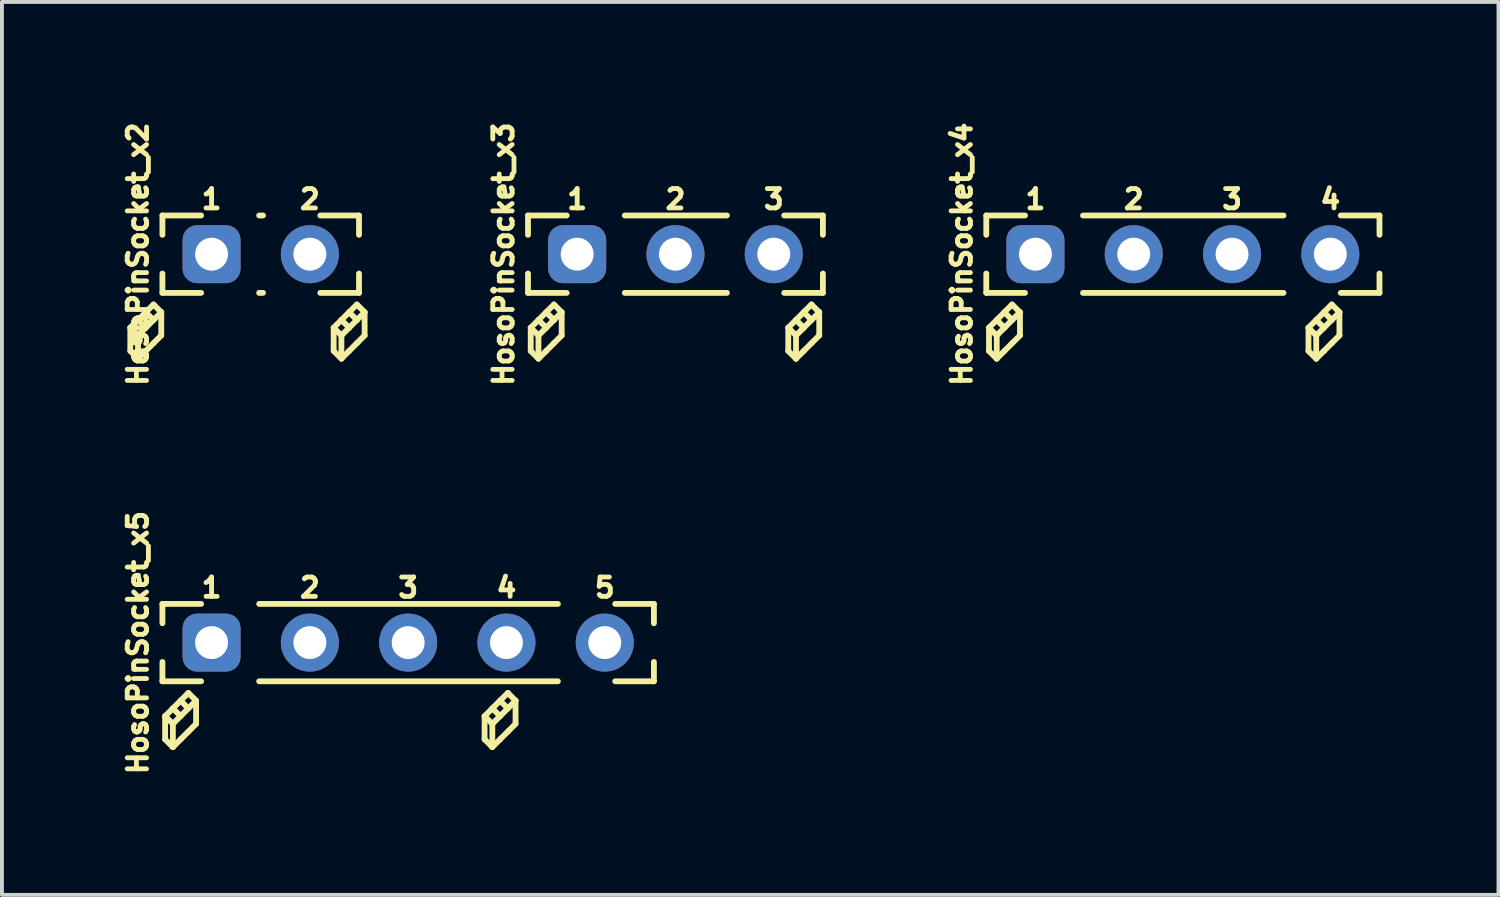
<source format=kicad_pcb>
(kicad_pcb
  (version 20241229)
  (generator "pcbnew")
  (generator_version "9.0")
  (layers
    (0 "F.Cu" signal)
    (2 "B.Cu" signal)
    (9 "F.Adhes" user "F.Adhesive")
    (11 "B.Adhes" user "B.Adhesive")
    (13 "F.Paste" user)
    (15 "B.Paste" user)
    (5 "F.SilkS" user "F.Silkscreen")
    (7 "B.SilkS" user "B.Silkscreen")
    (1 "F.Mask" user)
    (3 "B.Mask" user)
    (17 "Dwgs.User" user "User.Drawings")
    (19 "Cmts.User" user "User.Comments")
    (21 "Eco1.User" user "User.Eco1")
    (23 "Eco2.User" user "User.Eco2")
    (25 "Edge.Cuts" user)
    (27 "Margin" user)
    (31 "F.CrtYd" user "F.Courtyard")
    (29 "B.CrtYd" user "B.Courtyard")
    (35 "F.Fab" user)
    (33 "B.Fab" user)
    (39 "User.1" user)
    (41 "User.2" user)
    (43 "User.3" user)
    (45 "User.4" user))
  (footprint "HosoPinSocket_x4"
    (layer "F.Cu")
    (at 23.706 3.518)
    (property "Reference" "HosoPinSocket_x4" (at -1.905 0 90) (layer "F.SilkS") (effects (font (size 0.5 0.5) (thickness 0.125))))
    (attr through_hole)
    (fp_line (start -1.27 -1) (end -1.27 -0.5) (stroke (width 0.15) (type solid)) (layer "F.SilkS"))
    (fp_line (start -1.27 -1) (end -0.27 -1) (stroke (width 0.15) (type solid)) (layer "F.SilkS"))
    (fp_line (start -1.27 1) (end -1.27 0.5) (stroke (width 0.15) (type solid)) (layer "F.SilkS"))
    (fp_line (start -1.27 1) (end -0.27 1) (stroke (width 0.15) (type solid)) (layer "F.SilkS"))
    (fp_line (start -1.2 1.9) (end -1.2 2.5) (stroke (width 0.15) (type solid)) (layer "F.SilkS"))
    (fp_line (start -1.2 1.9) (end -1 1.7) (stroke (width 0.15) (type solid)) (layer "F.SilkS"))
    (fp_line (start -1.2 2.5) (end -1 2.7) (stroke (width 0.15) (type solid)) (layer "F.SilkS"))
    (fp_line (start -1 1.7) (end -0.8 1.5) (stroke (width 0.15) (type solid)) (layer "F.SilkS"))
    (fp_line (start -1 1.7) (end -0.8 1.9) (stroke (width 0.15) (type solid)) (layer "F.SilkS"))
    (fp_line (start -1 2.1) (end -1.2 1.9) (stroke (width 0.15) (type solid)) (layer "F.SilkS"))
    (fp_line (start -1 2.1) (end -1 2.7) (stroke (width 0.15) (type solid)) (layer "F.SilkS"))
    (fp_line (start -1 2.7) (end -0.8 2.5) (stroke (width 0.15) (type solid)) (layer "F.SilkS"))
    (fp_line (start -0.8 1.5) (end -0.6 1.3) (stroke (width 0.15) (type solid)) (layer "F.SilkS"))
    (fp_line (start -0.8 1.5) (end -0.6 1.7) (stroke (width 0.15) (type solid)) (layer "F.SilkS"))
    (fp_line (start -0.8 1.9) (end -1 2.1) (stroke (width 0.15) (type solid)) (layer "F.SilkS"))
    (fp_line (start -0.6 1.3) (end -0.4 1.5) (stroke (width 0.15) (type solid)) (layer "F.SilkS"))
    (fp_line (start -0.6 1.7) (end -0.8 1.9) (stroke (width 0.15) (type solid)) (layer "F.SilkS"))
    (fp_line (start -0.6 2.3) (end -0.8 2.5) (stroke (width 0.15) (type solid)) (layer "F.SilkS"))
    (fp_line (start -0.4 1.5) (end -0.6 1.7) (stroke (width 0.15) (type solid)) (layer "F.SilkS"))
    (fp_line (start -0.4 1.5) (end -0.4 2.1) (stroke (width 0.15) (type solid)) (layer "F.SilkS"))
    (fp_line (start -0.4 2.1) (end -0.6 2.3) (stroke (width 0.15) (type solid)) (layer "F.SilkS"))
    (fp_line (start 1.23 -1) (end 6.41 -1) (stroke (width 0.15) (type solid)) (layer "F.SilkS"))
    (fp_line (start 6.41 1) (end 1.23 1) (stroke (width 0.15) (type solid)) (layer "F.SilkS"))
    (fp_line (start 7.055 1.9) (end 7.055 2.5) (stroke (width 0.15) (type solid)) (layer "F.SilkS"))
    (fp_line (start 7.055 1.9) (end 7.255 1.7) (stroke (width 0.15) (type solid)) (layer "F.SilkS"))
    (fp_line (start 7.055 2.5) (end 7.255 2.7) (stroke (width 0.15) (type solid)) (layer "F.SilkS"))
    (fp_line (start 7.255 1.7) (end 7.455 1.5) (stroke (width 0.15) (type solid)) (layer "F.SilkS"))
    (fp_line (start 7.255 1.7) (end 7.455 1.9) (stroke (width 0.15) (type solid)) (layer "F.SilkS"))
    (fp_line (start 7.255 2.1) (end 7.055 1.9) (stroke (width 0.15) (type solid)) (layer "F.SilkS"))
    (fp_line (start 7.255 2.1) (end 7.255 2.7) (stroke (width 0.15) (type solid)) (layer "F.SilkS"))
    (fp_line (start 7.255 2.7) (end 7.455 2.5) (stroke (width 0.15) (type solid)) (layer "F.SilkS"))
    (fp_line (start 7.455 1.5) (end 7.655 1.3) (stroke (width 0.15) (type solid)) (layer "F.SilkS"))
    (fp_line (start 7.455 1.5) (end 7.655 1.7) (stroke (width 0.15) (type solid)) (layer "F.SilkS"))
    (fp_line (start 7.455 1.9) (end 7.255 2.1) (stroke (width 0.15) (type solid)) (layer "F.SilkS"))
    (fp_line (start 7.655 1.3) (end 7.855 1.5) (stroke (width 0.15) (type solid)) (layer "F.SilkS"))
    (fp_line (start 7.655 1.7) (end 7.455 1.9) (stroke (width 0.15) (type solid)) (layer "F.SilkS"))
    (fp_line (start 7.655 2.3) (end 7.455 2.5) (stroke (width 0.15) (type solid)) (layer "F.SilkS"))
    (fp_line (start 7.855 1.5) (end 7.655 1.7) (stroke (width 0.15) (type solid)) (layer "F.SilkS"))
    (fp_line (start 7.855 1.5) (end 7.855 2.1) (stroke (width 0.15) (type solid)) (layer "F.SilkS"))
    (fp_line (start 7.855 2.1) (end 7.655 2.3) (stroke (width 0.15) (type solid)) (layer "F.SilkS"))
    (fp_line (start 8.89 -1) (end 7.89 -1) (stroke (width 0.15) (type solid)) (layer "F.SilkS"))
    (fp_line (start 8.89 -0.5) (end 8.89 -1) (stroke (width 0.15) (type solid)) (layer "F.SilkS"))
    (fp_line (start 8.89 1) (end 7.89 1) (stroke (width 0.15) (type solid)) (layer "F.SilkS"))
    (fp_line (start 8.89 1) (end 8.89 0.5) (stroke (width 0.15) (type solid)) (layer "F.SilkS"))
    (fp_text user "3" (at 5.08 -1.42 0) (layer "F.SilkS") (effects (font (size 0.5 0.5) (thickness 0.125))))
    (fp_text user "1" (at 0 -1.42 0) (layer "F.SilkS") (effects (font (size 0.5 0.5) (thickness 0.125))))
    (fp_text user "2" (at 2.54 -1.42 0) (layer "F.SilkS") (effects (font (size 0.5 0.5) (thickness 0.125))))
    (fp_text user "4" (at 7.62 -1.42 0) (layer "F.SilkS") (effects (font (size 0.5 0.5) (thickness 0.125))))
    (pad "1" thru_hole roundrect (at 0 0 90) (size 1.5 1.5) (drill 0.85) (layers "*.Cu" "*.Mask") (roundrect_rratio 0.25))
    (pad "2" thru_hole circle (at 2.54 0) (size 1.5 1.5) (drill 0.85) (layers "*.Cu" "*.Mask"))
    (pad "3" thru_hole circle (at 5.08 0) (size 1.5 1.5) (drill 0.85) (layers "*.Cu" "*.Mask"))
    (pad "4" thru_hole circle (at 7.62 0) (size 1.5 1.5) (drill 0.85) (layers "*.Cu" "*.Mask")))
  (footprint "HosoPinSocket_x5"
    (layer "F.Cu")
    (at 2.417 13.555)
    (property "Reference" "HosoPinSocket_x5" (at -1.905 0 90) (layer "F.SilkS") (effects (font (size 0.5 0.5) (thickness 0.125))))
    (attr through_hole)
    (fp_line (start -1.27 -1) (end -1.27 -0.5) (stroke (width 0.15) (type solid)) (layer "F.SilkS"))
    (fp_line (start -1.27 -1) (end -0.27 -1) (stroke (width 0.15) (type solid)) (layer "F.SilkS"))
    (fp_line (start -1.27 1) (end -1.27 0.5) (stroke (width 0.15) (type solid)) (layer "F.SilkS"))
    (fp_line (start -1.27 1) (end -0.27 1) (stroke (width 0.15) (type solid)) (layer "F.SilkS"))
    (fp_line (start -1.2 1.9) (end -1.2 2.5) (stroke (width 0.15) (type solid)) (layer "F.SilkS"))
    (fp_line (start -1.2 1.9) (end -1 1.7) (stroke (width 0.15) (type solid)) (layer "F.SilkS"))
    (fp_line (start -1.2 2.5) (end -1 2.7) (stroke (width 0.15) (type solid)) (layer "F.SilkS"))
    (fp_line (start -1 1.7) (end -0.8 1.5) (stroke (width 0.15) (type solid)) (layer "F.SilkS"))
    (fp_line (start -1 1.7) (end -0.8 1.9) (stroke (width 0.15) (type solid)) (layer "F.SilkS"))
    (fp_line (start -1 2.1) (end -1.2 1.9) (stroke (width 0.15) (type solid)) (layer "F.SilkS"))
    (fp_line (start -1 2.1) (end -1 2.7) (stroke (width 0.15) (type solid)) (layer "F.SilkS"))
    (fp_line (start -1 2.7) (end -0.8 2.5) (stroke (width 0.15) (type solid)) (layer "F.SilkS"))
    (fp_line (start -0.8 1.5) (end -0.6 1.3) (stroke (width 0.15) (type solid)) (layer "F.SilkS"))
    (fp_line (start -0.8 1.5) (end -0.6 1.7) (stroke (width 0.15) (type solid)) (layer "F.SilkS"))
    (fp_line (start -0.8 1.9) (end -1 2.1) (stroke (width 0.15) (type solid)) (layer "F.SilkS"))
    (fp_line (start -0.6 1.3) (end -0.4 1.5) (stroke (width 0.15) (type solid)) (layer "F.SilkS"))
    (fp_line (start -0.6 1.7) (end -0.8 1.9) (stroke (width 0.15) (type solid)) (layer "F.SilkS"))
    (fp_line (start -0.6 2.3) (end -0.8 2.5) (stroke (width 0.15) (type solid)) (layer "F.SilkS"))
    (fp_line (start -0.4 1.5) (end -0.6 1.7) (stroke (width 0.15) (type solid)) (layer "F.SilkS"))
    (fp_line (start -0.4 1.5) (end -0.4 2.1) (stroke (width 0.15) (type solid)) (layer "F.SilkS"))
    (fp_line (start -0.4 2.1) (end -0.6 2.3) (stroke (width 0.15) (type solid)) (layer "F.SilkS"))
    (fp_line (start 1.23 -1) (end 8.95 -1) (stroke (width 0.15) (type solid)) (layer "F.SilkS"))
    (fp_line (start 7.055 1.9) (end 7.055 2.5) (stroke (width 0.15) (type solid)) (layer "F.SilkS"))
    (fp_line (start 7.055 1.9) (end 7.255 1.7) (stroke (width 0.15) (type solid)) (layer "F.SilkS"))
    (fp_line (start 7.055 2.5) (end 7.255 2.7) (stroke (width 0.15) (type solid)) (layer "F.SilkS"))
    (fp_line (start 7.255 1.7) (end 7.455 1.5) (stroke (width 0.15) (type solid)) (layer "F.SilkS"))
    (fp_line (start 7.255 1.7) (end 7.455 1.9) (stroke (width 0.15) (type solid)) (layer "F.SilkS"))
    (fp_line (start 7.255 2.1) (end 7.055 1.9) (stroke (width 0.15) (type solid)) (layer "F.SilkS"))
    (fp_line (start 7.255 2.1) (end 7.255 2.7) (stroke (width 0.15) (type solid)) (layer "F.SilkS"))
    (fp_line (start 7.255 2.7) (end 7.455 2.5) (stroke (width 0.15) (type solid)) (layer "F.SilkS"))
    (fp_line (start 7.455 1.5) (end 7.655 1.3) (stroke (width 0.15) (type solid)) (layer "F.SilkS"))
    (fp_line (start 7.455 1.5) (end 7.655 1.7) (stroke (width 0.15) (type solid)) (layer "F.SilkS"))
    (fp_line (start 7.455 1.9) (end 7.255 2.1) (stroke (width 0.15) (type solid)) (layer "F.SilkS"))
    (fp_line (start 7.655 1.3) (end 7.855 1.5) (stroke (width 0.15) (type solid)) (layer "F.SilkS"))
    (fp_line (start 7.655 1.7) (end 7.455 1.9) (stroke (width 0.15) (type solid)) (layer "F.SilkS"))
    (fp_line (start 7.655 2.3) (end 7.455 2.5) (stroke (width 0.15) (type solid)) (layer "F.SilkS"))
    (fp_line (start 7.855 1.5) (end 7.655 1.7) (stroke (width 0.15) (type solid)) (layer "F.SilkS"))
    (fp_line (start 7.855 1.5) (end 7.855 2.1) (stroke (width 0.15) (type solid)) (layer "F.SilkS"))
    (fp_line (start 7.855 2.1) (end 7.655 2.3) (stroke (width 0.15) (type solid)) (layer "F.SilkS"))
    (fp_line (start 8.95 1) (end 1.23 1) (stroke (width 0.15) (type solid)) (layer "F.SilkS"))
    (fp_line (start 11.43 -1) (end 10.43 -1) (stroke (width 0.15) (type solid)) (layer "F.SilkS"))
    (fp_line (start 11.43 -0.5) (end 11.43 -1) (stroke (width 0.15) (type solid)) (layer "F.SilkS"))
    (fp_line (start 11.43 1) (end 10.43 1) (stroke (width 0.15) (type solid)) (layer "F.SilkS"))
    (fp_line (start 11.43 1) (end 11.43 0.5) (stroke (width 0.15) (type solid)) (layer "F.SilkS"))
    (fp_text user "2" (at 2.54 -1.42 0) (layer "F.SilkS") (effects (font (size 0.5 0.5) (thickness 0.125))))
    (fp_text user "1" (at 0 -1.42 0) (layer "F.SilkS") (effects (font (size 0.5 0.5) (thickness 0.125))))
    (fp_text user "4" (at 7.62 -1.42 0) (layer "F.SilkS") (effects (font (size 0.5 0.5) (thickness 0.125))))
    (fp_text user "3" (at 5.08 -1.42 0) (layer "F.SilkS") (effects (font (size 0.5 0.5) (thickness 0.125))))
    (fp_text user "5" (at 10.16 -1.42 0) (layer "F.SilkS") (effects (font (size 0.5 0.5) (thickness 0.125))))
    (pad "1" thru_hole roundrect (at 0 0 90) (size 1.5 1.5) (drill 0.85) (layers "*.Cu" "*.Mask") (roundrect_rratio 0.25))
    (pad "2" thru_hole circle (at 2.54 0) (size 1.5 1.5) (drill 0.85) (layers "*.Cu" "*.Mask"))
    (pad "3" thru_hole circle (at 5.08 0) (size 1.5 1.5) (drill 0.85) (layers "*.Cu" "*.Mask"))
    (pad "4" thru_hole circle (at 7.62 0) (size 1.5 1.5) (drill 0.85) (layers "*.Cu" "*.Mask"))
    (pad "5" thru_hole circle (at 10.16 0) (size 1.5 1.5) (drill 0.85) (layers "*.Cu" "*.Mask")))
  (footprint "HosoPinSocket_x3"
    (layer "F.Cu")
    (at 11.864 3.518)
    (property "Reference" "HosoPinSocket_x3" (at -1.905 0 90) (layer "F.SilkS") (effects (font (size 0.5 0.5) (thickness 0.125))))
    (attr through_hole)
    (fp_line (start -1.27 -1) (end -1.27 -0.5) (stroke (width 0.15) (type solid)) (layer "F.SilkS"))
    (fp_line (start -1.27 -1) (end -0.27 -1) (stroke (width 0.15) (type solid)) (layer "F.SilkS"))
    (fp_line (start -1.27 1) (end -1.27 0.5) (stroke (width 0.15) (type solid)) (layer "F.SilkS"))
    (fp_line (start -1.27 1) (end -0.27 1) (stroke (width 0.15) (type solid)) (layer "F.SilkS"))
    (fp_line (start -1.2 1.9) (end -1.2 2.5) (stroke (width 0.15) (type solid)) (layer "F.SilkS"))
    (fp_line (start -1.2 1.9) (end -1 1.7) (stroke (width 0.15) (type solid)) (layer "F.SilkS"))
    (fp_line (start -1.2 2.5) (end -1 2.7) (stroke (width 0.15) (type solid)) (layer "F.SilkS"))
    (fp_line (start -1 1.7) (end -0.8 1.5) (stroke (width 0.15) (type solid)) (layer "F.SilkS"))
    (fp_line (start -1 1.7) (end -0.8 1.9) (stroke (width 0.15) (type solid)) (layer "F.SilkS"))
    (fp_line (start -1 2.1) (end -1.2 1.9) (stroke (width 0.15) (type solid)) (layer "F.SilkS"))
    (fp_line (start -1 2.1) (end -1 2.7) (stroke (width 0.15) (type solid)) (layer "F.SilkS"))
    (fp_line (start -1 2.7) (end -0.8 2.5) (stroke (width 0.15) (type solid)) (layer "F.SilkS"))
    (fp_line (start -0.8 1.5) (end -0.6 1.3) (stroke (width 0.15) (type solid)) (layer "F.SilkS"))
    (fp_line (start -0.8 1.5) (end -0.6 1.7) (stroke (width 0.15) (type solid)) (layer "F.SilkS"))
    (fp_line (start -0.8 1.9) (end -1 2.1) (stroke (width 0.15) (type solid)) (layer "F.SilkS"))
    (fp_line (start -0.6 1.3) (end -0.4 1.5) (stroke (width 0.15) (type solid)) (layer "F.SilkS"))
    (fp_line (start -0.6 1.7) (end -0.8 1.9) (stroke (width 0.15) (type solid)) (layer "F.SilkS"))
    (fp_line (start -0.6 2.3) (end -0.8 2.5) (stroke (width 0.15) (type solid)) (layer "F.SilkS"))
    (fp_line (start -0.4 1.5) (end -0.6 1.7) (stroke (width 0.15) (type solid)) (layer "F.SilkS"))
    (fp_line (start -0.4 1.5) (end -0.4 2.1) (stroke (width 0.15) (type solid)) (layer "F.SilkS"))
    (fp_line (start -0.4 2.1) (end -0.6 2.3) (stroke (width 0.15) (type solid)) (layer "F.SilkS"))
    (fp_line (start 1.23 -1) (end 3.87 -1) (stroke (width 0.15) (type solid)) (layer "F.SilkS"))
    (fp_line (start 3.87 1) (end 1.23 1) (stroke (width 0.15) (type solid)) (layer "F.SilkS"))
    (fp_line (start 5.455 1.9) (end 5.455 2.5) (stroke (width 0.15) (type solid)) (layer "F.SilkS"))
    (fp_line (start 5.455 1.9) (end 5.655 1.7) (stroke (width 0.15) (type solid)) (layer "F.SilkS"))
    (fp_line (start 5.455 2.5) (end 5.655 2.7) (stroke (width 0.15) (type solid)) (layer "F.SilkS"))
    (fp_line (start 5.655 1.7) (end 5.855 1.5) (stroke (width 0.15) (type solid)) (layer "F.SilkS"))
    (fp_line (start 5.655 1.7) (end 5.855 1.9) (stroke (width 0.15) (type solid)) (layer "F.SilkS"))
    (fp_line (start 5.655 2.1) (end 5.455 1.9) (stroke (width 0.15) (type solid)) (layer "F.SilkS"))
    (fp_line (start 5.655 2.1) (end 5.655 2.7) (stroke (width 0.15) (type solid)) (layer "F.SilkS"))
    (fp_line (start 5.655 2.7) (end 5.855 2.5) (stroke (width 0.15) (type solid)) (layer "F.SilkS"))
    (fp_line (start 5.855 1.5) (end 6.055 1.3) (stroke (width 0.15) (type solid)) (layer "F.SilkS"))
    (fp_line (start 5.855 1.5) (end 6.055 1.7) (stroke (width 0.15) (type solid)) (layer "F.SilkS"))
    (fp_line (start 5.855 1.9) (end 5.655 2.1) (stroke (width 0.15) (type solid)) (layer "F.SilkS"))
    (fp_line (start 6.055 1.3) (end 6.255 1.5) (stroke (width 0.15) (type solid)) (layer "F.SilkS"))
    (fp_line (start 6.055 1.7) (end 5.855 1.9) (stroke (width 0.15) (type solid)) (layer "F.SilkS"))
    (fp_line (start 6.055 2.3) (end 5.855 2.5) (stroke (width 0.15) (type solid)) (layer "F.SilkS"))
    (fp_line (start 6.255 1.5) (end 6.055 1.7) (stroke (width 0.15) (type solid)) (layer "F.SilkS"))
    (fp_line (start 6.255 1.5) (end 6.255 2.1) (stroke (width 0.15) (type solid)) (layer "F.SilkS"))
    (fp_line (start 6.255 2.1) (end 6.055 2.3) (stroke (width 0.15) (type solid)) (layer "F.SilkS"))
    (fp_line (start 6.35 -1) (end 5.35 -1) (stroke (width 0.15) (type solid)) (layer "F.SilkS"))
    (fp_line (start 6.35 -0.5) (end 6.35 -1) (stroke (width 0.15) (type solid)) (layer "F.SilkS"))
    (fp_line (start 6.35 1) (end 5.35 1) (stroke (width 0.15) (type solid)) (layer "F.SilkS"))
    (fp_line (start 6.35 1) (end 6.35 0.5) (stroke (width 0.15) (type solid)) (layer "F.SilkS"))
    (fp_text user "1" (at 0 -1.42 0) (layer "F.SilkS") (effects (font (size 0.5 0.5) (thickness 0.125))))
    (fp_text user "2" (at 2.54 -1.42 0) (layer "F.SilkS") (effects (font (size 0.5 0.5) (thickness 0.125))))
    (fp_text user "3" (at 5.08 -1.42 0) (layer "F.SilkS") (effects (font (size 0.5 0.5) (thickness 0.125))))
    (pad "1" thru_hole roundrect (at 0 0 90) (size 1.5 1.5) (drill 0.85) (layers "*.Cu" "*.Mask") (roundrect_rratio 0.25))
    (pad "2" thru_hole circle (at 2.54 0) (size 1.5 1.5) (drill 0.85) (layers "*.Cu" "*.Mask"))
    (pad "3" thru_hole circle (at 5.08 0) (size 1.5 1.5) (drill 0.85) (layers "*.Cu" "*.Mask")))
  (footprint "HosoPinSocket_x2"
    (layer "F.Cu")
    (at 2.417 3.518)
    (property "Reference" "HosoPinSocket_x2" (at -1.905 0 90) (layer "F.SilkS") (effects (font (size 0.5 0.5) (thickness 0.125))))
    (attr through_hole)
    (fp_line (start -2.1 1.9) (end -2.1 2.5) (stroke (width 0.15) (type solid)) (layer "F.SilkS"))
    (fp_line (start -2.1 1.9) (end -1.9 1.7) (stroke (width 0.15) (type solid)) (layer "F.SilkS"))
    (fp_line (start -2.1 2.5) (end -1.9 2.7) (stroke (width 0.15) (type solid)) (layer "F.SilkS"))
    (fp_line (start -1.9 1.7) (end -1.7 1.5) (stroke (width 0.15) (type solid)) (layer "F.SilkS"))
    (fp_line (start -1.9 1.7) (end -1.7 1.9) (stroke (width 0.15) (type solid)) (layer "F.SilkS"))
    (fp_line (start -1.9 2.1) (end -2.1 1.9) (stroke (width 0.15) (type solid)) (layer "F.SilkS"))
    (fp_line (start -1.9 2.1) (end -1.9 2.7) (stroke (width 0.15) (type solid)) (layer "F.SilkS"))
    (fp_line (start -1.9 2.7) (end -1.7 2.5) (stroke (width 0.15) (type solid)) (layer "F.SilkS"))
    (fp_line (start -1.7 1.5) (end -1.5 1.3) (stroke (width 0.15) (type solid)) (layer "F.SilkS"))
    (fp_line (start -1.7 1.5) (end -1.5 1.7) (stroke (width 0.15) (type solid)) (layer "F.SilkS"))
    (fp_line (start -1.7 1.9) (end -1.9 2.1) (stroke (width 0.15) (type solid)) (layer "F.SilkS"))
    (fp_line (start -1.5 1.3) (end -1.3 1.5) (stroke (width 0.15) (type solid)) (layer "F.SilkS"))
    (fp_line (start -1.5 1.7) (end -1.7 1.9) (stroke (width 0.15) (type solid)) (layer "F.SilkS"))
    (fp_line (start -1.5 2.3) (end -1.7 2.5) (stroke (width 0.15) (type solid)) (layer "F.SilkS"))
    (fp_line (start -1.3 1.5) (end -1.5 1.7) (stroke (width 0.15) (type solid)) (layer "F.SilkS"))
    (fp_line (start -1.3 1.5) (end -1.3 2.1) (stroke (width 0.15) (type solid)) (layer "F.SilkS"))
    (fp_line (start -1.3 2.1) (end -1.5 2.3) (stroke (width 0.15) (type solid)) (layer "F.SilkS"))
    (fp_line (start -1.27 -1) (end -1.27 -0.5) (stroke (width 0.15) (type solid)) (layer "F.SilkS"))
    (fp_line (start -1.27 -1) (end -0.27 -1) (stroke (width 0.15) (type solid)) (layer "F.SilkS"))
    (fp_line (start -1.27 1) (end -1.27 0.5) (stroke (width 0.15) (type solid)) (layer "F.SilkS"))
    (fp_line (start -1.27 1) (end -0.27 1) (stroke (width 0.15) (type solid)) (layer "F.SilkS"))
    (fp_line (start 1.23 -1) (end 1.33 -1) (stroke (width 0.15) (type solid)) (layer "F.SilkS"))
    (fp_line (start 1.33 1) (end 1.23 1) (stroke (width 0.15) (type solid)) (layer "F.SilkS"))
    (fp_line (start 3.155 1.9) (end 3.155 2.5) (stroke (width 0.15) (type solid)) (layer "F.SilkS"))
    (fp_line (start 3.155 1.9) (end 3.355 1.7) (stroke (width 0.15) (type solid)) (layer "F.SilkS"))
    (fp_line (start 3.155 2.5) (end 3.355 2.7) (stroke (width 0.15) (type solid)) (layer "F.SilkS"))
    (fp_line (start 3.355 1.7) (end 3.555 1.5) (stroke (width 0.15) (type solid)) (layer "F.SilkS"))
    (fp_line (start 3.355 1.7) (end 3.555 1.9) (stroke (width 0.15) (type solid)) (layer "F.SilkS"))
    (fp_line (start 3.355 2.1) (end 3.155 1.9) (stroke (width 0.15) (type solid)) (layer "F.SilkS"))
    (fp_line (start 3.355 2.1) (end 3.355 2.7) (stroke (width 0.15) (type solid)) (layer "F.SilkS"))
    (fp_line (start 3.355 2.7) (end 3.555 2.5) (stroke (width 0.15) (type solid)) (layer "F.SilkS"))
    (fp_line (start 3.555 1.5) (end 3.755 1.3) (stroke (width 0.15) (type solid)) (layer "F.SilkS"))
    (fp_line (start 3.555 1.5) (end 3.755 1.7) (stroke (width 0.15) (type solid)) (layer "F.SilkS"))
    (fp_line (start 3.555 1.9) (end 3.355 2.1) (stroke (width 0.15) (type solid)) (layer "F.SilkS"))
    (fp_line (start 3.755 1.3) (end 3.955 1.5) (stroke (width 0.15) (type solid)) (layer "F.SilkS"))
    (fp_line (start 3.755 1.7) (end 3.555 1.9) (stroke (width 0.15) (type solid)) (layer "F.SilkS"))
    (fp_line (start 3.755 2.3) (end 3.555 2.5) (stroke (width 0.15) (type solid)) (layer "F.SilkS"))
    (fp_line (start 3.81 -1) (end 2.81 -1) (stroke (width 0.15) (type solid)) (layer "F.SilkS"))
    (fp_line (start 3.81 -0.5) (end 3.81 -1) (stroke (width 0.15) (type solid)) (layer "F.SilkS"))
    (fp_line (start 3.81 1) (end 2.81 1) (stroke (width 0.15) (type solid)) (layer "F.SilkS"))
    (fp_line (start 3.81 1) (end 3.81 0.5) (stroke (width 0.15) (type solid)) (layer "F.SilkS"))
    (fp_line (start 3.955 1.5) (end 3.755 1.7) (stroke (width 0.15) (type solid)) (layer "F.SilkS"))
    (fp_line (start 3.955 1.5) (end 3.955 2.1) (stroke (width 0.15) (type solid)) (layer "F.SilkS"))
    (fp_line (start 3.955 2.1) (end 3.755 2.3) (stroke (width 0.15) (type solid)) (layer "F.SilkS"))
    (fp_text user "1" (at 0 -1.42 0) (layer "F.SilkS") (effects (font (size 0.5 0.5) (thickness 0.125))))
    (fp_text user "2" (at 2.54 -1.42 0) (layer "F.SilkS") (effects (font (size 0.5 0.5) (thickness 0.125))))
    (pad "1" thru_hole roundrect (at 0 0 90) (size 1.5 1.5) (drill 0.85) (layers "*.Cu" "*.Mask") (roundrect_rratio 0.25))
    (pad "2" thru_hole circle (at 2.54 0) (size 1.5 1.5) (drill 0.85) (layers "*.Cu" "*.Mask")))
  (gr_rect
    (start -3 -3)
    (end 35.671 20.074)
    (stroke (width 0.1) (type default))
    (fill no)
    (layer "Edge.Cuts")))
</source>
